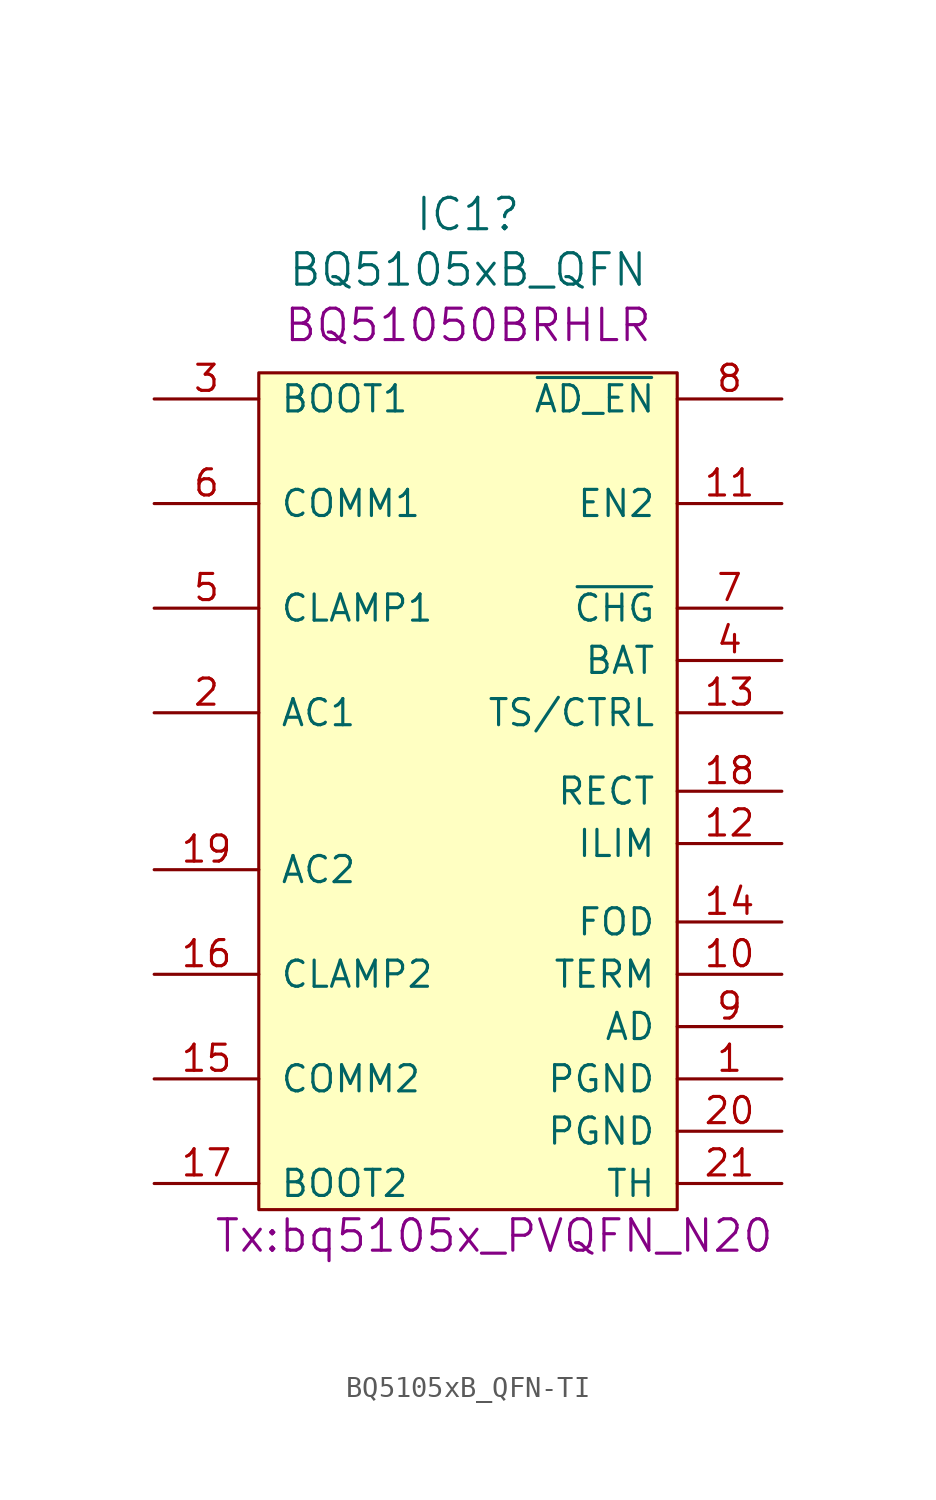
<source format=kicad_sym>
(kicad_symbol_lib
  (version 20220331)
  (generator kicad_symbol_editor)
  (symbol "BQ5105xB_QFN-TI"
    (pin_names
      (offset 1.016))
    (property "Reference" "IC1"
      (at 0 28.016 0)
      (effects (font (size 1.524 1.524))))
    (property "Value" "BQ5105xB_QFN"
      (at 0 25.324 0)
      (effects (font (size 1.524 1.524))))
    (property "Footprint" "Tx:bq5105x_PVQFN_N20"
      (at 1.27 -21.59 0)
      (effects (font (size 1.524 1.524))))
    (property "MPN" "BQ51050BRHLR"
      (at 0 22.631 0)
      (effects (font (size 1.524 1.524))))
    (symbol "BQ5105xB_QFN-TI_0_1"
      (rectangle (start -10.16 20.32) (end 10.16 -20.32) (stroke (width 0) (type solid)) (fill (type background))))
    (symbol "BQ5105xB_QFN-TI_1_1"
      (pin power_out line (at 15.24 -13.97 180) (length 5.08) (name "PGND" (effects (font (size 1.27 1.27)))) (number "1" (effects (font (size 1.27 1.27)))))
      (pin input line (at 15.24 -8.89 180) (length 5.08) (name "TERM" (effects (font (size 1.27 1.27)))) (number "10" (effects (font (size 1.27 1.27)))))
      (pin input line (at 15.24 13.97 180) (length 5.08) (name "EN2" (effects (font (size 1.27 1.27)))) (number "11" (effects (font (size 1.27 1.27)))))
      (pin bidirectional line (at 15.24 -2.54 180) (length 5.08) (name "ILIM" (effects (font (size 1.27 1.27)))) (number "12" (effects (font (size 1.27 1.27)))))
      (pin input line (at 15.24 3.81 180) (length 5.08) (name "TS/CTRL" (effects (font (size 1.27 1.27)))) (number "13" (effects (font (size 1.27 1.27)))))
      (pin input line (at 15.24 -6.35 180) (length 5.08) (name "FOD" (effects (font (size 1.27 1.27)))) (number "14" (effects (font (size 1.27 1.27)))))
      (pin open_collector line (at -15.24 -13.97 0) (length 5.08) (name "COMM2" (effects (font (size 1.27 1.27)))) (number "15" (effects (font (size 1.27 1.27)))))
      (pin open_collector line (at -15.24 -8.89 0) (length 5.08) (name "CLAMP2" (effects (font (size 1.27 1.27)))) (number "16" (effects (font (size 1.27 1.27)))))
      (pin output line (at -15.24 -19.05 0) (length 5.08) (name "BOOT2" (effects (font (size 1.27 1.27)))) (number "17" (effects (font (size 1.27 1.27)))))
      (pin output line (at 15.24 0 180) (length 5.08) (name "RECT" (effects (font (size 1.27 1.27)))) (number "18" (effects (font (size 1.27 1.27)))))
      (pin power_in line (at -15.24 -3.81 0) (length 5.08) (name "AC2" (effects (font (size 1.27 1.27)))) (number "19" (effects (font (size 1.27 1.27)))))
      (pin power_in line (at -15.24 3.81 0) (length 5.08) (name "AC1" (effects (font (size 1.27 1.27)))) (number "2" (effects (font (size 1.27 1.27)))))
      (pin power_out line (at 15.24 -16.51 180) (length 5.08) (name "PGND" (effects (font (size 1.27 1.27)))) (number "20" (effects (font (size 1.27 1.27)))))
      (pin input line (at 15.24 -19.05 180) (length 5.08) (name "TH" (effects (font (size 1.27 1.27)))) (number "21" (effects (font (size 1.27 1.27)))))
      (pin output line (at -15.24 19.05 0) (length 5.08) (name "BOOT1" (effects (font (size 1.27 1.27)))) (number "3" (effects (font (size 1.27 1.27)))))
      (pin power_out line (at 15.24 6.35 180) (length 5.08) (name "BAT" (effects (font (size 1.27 1.27)))) (number "4" (effects (font (size 1.27 1.27)))))
      (pin open_collector line (at -15.24 8.89 0) (length 5.08) (name "CLAMP1" (effects (font (size 1.27 1.27)))) (number "5" (effects (font (size 1.27 1.27)))))
      (pin open_collector line (at -15.24 13.97 0) (length 5.08) (name "COMM1" (effects (font (size 1.27 1.27)))) (number "6" (effects (font (size 1.27 1.27)))))
      (pin open_collector line (at 15.24 8.89 180) (length 5.08) (name "~{CHG}" (effects (font (size 1.27 1.27)))) (number "7" (effects (font (size 1.27 1.27)))))
      (pin input line (at 15.24 19.05 180) (length 5.08) (name "~{AD_EN}" (effects (font (size 1.27 1.27)))) (number "8" (effects (font (size 1.27 1.27)))))
      (pin unspecified line (at 15.24 -11.43 180) (length 5.08) (name "AD" (effects (font (size 1.27 1.27)))) (number "9" (effects (font (size 1.27 1.27))))))))
</source>
